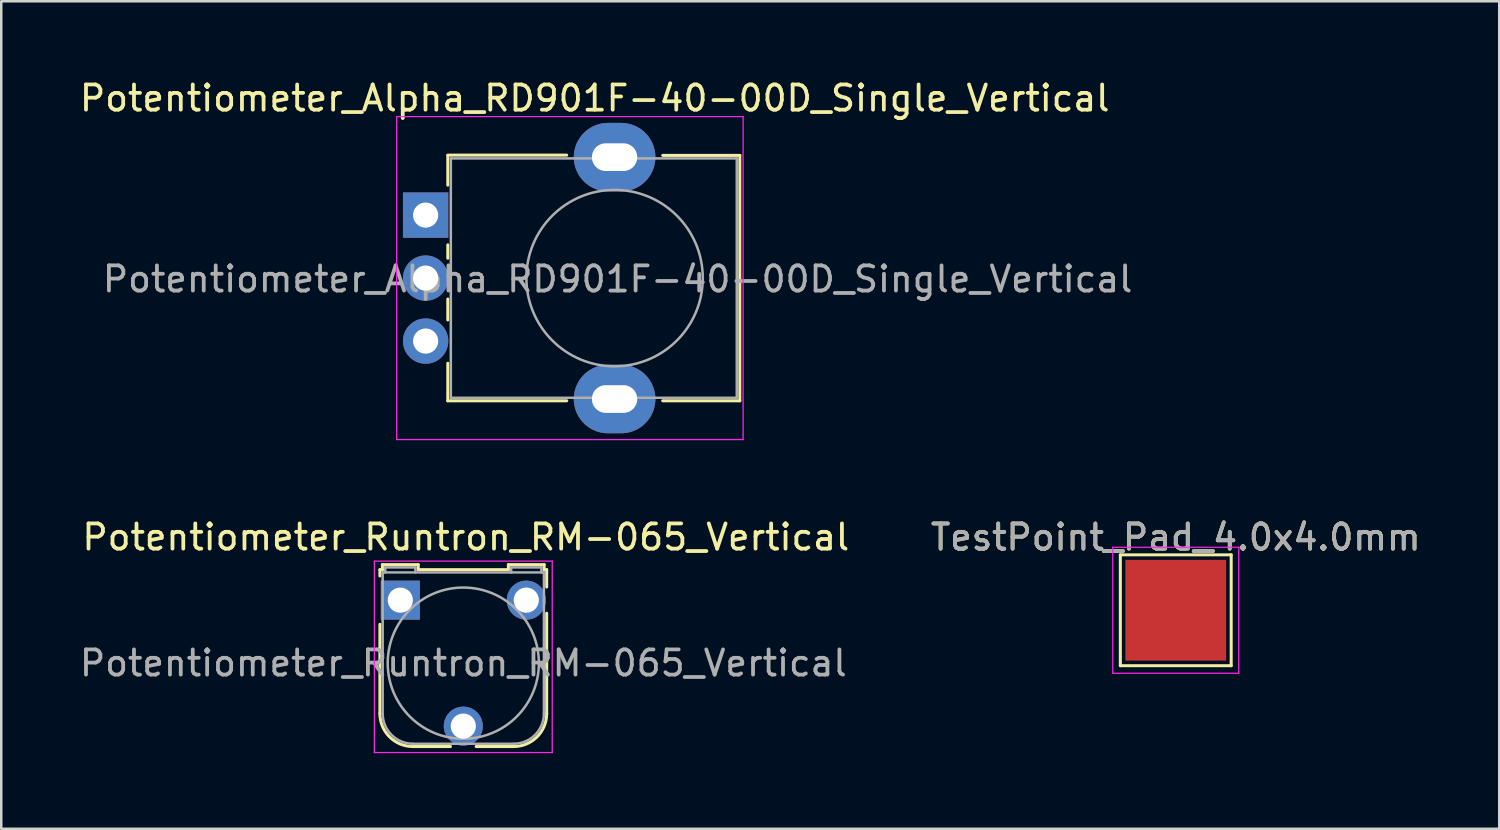
<source format=kicad_pcb>
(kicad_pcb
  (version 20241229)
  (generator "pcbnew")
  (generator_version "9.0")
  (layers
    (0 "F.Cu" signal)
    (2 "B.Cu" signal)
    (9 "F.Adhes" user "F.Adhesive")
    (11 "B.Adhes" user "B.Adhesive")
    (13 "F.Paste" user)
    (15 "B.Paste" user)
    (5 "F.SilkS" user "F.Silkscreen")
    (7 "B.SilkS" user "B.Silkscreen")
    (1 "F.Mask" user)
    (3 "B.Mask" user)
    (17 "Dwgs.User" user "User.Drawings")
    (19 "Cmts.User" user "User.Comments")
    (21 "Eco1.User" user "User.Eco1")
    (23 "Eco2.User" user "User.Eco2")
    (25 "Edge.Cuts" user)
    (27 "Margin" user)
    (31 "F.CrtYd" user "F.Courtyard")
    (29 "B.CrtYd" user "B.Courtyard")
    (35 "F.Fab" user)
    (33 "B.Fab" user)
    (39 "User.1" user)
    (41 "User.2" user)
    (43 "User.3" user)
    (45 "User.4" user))
  (footprint "Potentiometer_Alpha_RD901F-40-00D_Single_Vertical"
    (layer "F.Cu")
    (at 13.844 5.488)
    (property "Reference" "Potentiometer_Alpha_RD901F-40-00D_Single_Vertical" (at 6.71 -4.64 180) (layer "F.SilkS") (effects (font (size 1 1) (thickness 0.15))))
    (attr through_hole)
    (fp_line (start 0.88 -2.38) (end 5.6 -2.38) (stroke (width 0.12) (type solid)) (layer "F.SilkS"))
    (fp_line (start 0.88 -1.19) (end 0.88 -2.37) (stroke (width 0.12) (type solid)) (layer "F.SilkS"))
    (fp_line (start 0.88 1.71) (end 0.88 1.18) (stroke (width 0.12) (type solid)) (layer "F.SilkS"))
    (fp_line (start 0.88 4.16) (end 0.88 3.33) (stroke (width 0.12) (type solid)) (layer "F.SilkS"))
    (fp_line (start 0.88 7.37) (end 0.88 5.88) (stroke (width 0.12) (type solid)) (layer "F.SilkS"))
    (fp_line (start 0.88 7.37) (end 5.6 7.37) (stroke (width 0.12) (type solid)) (layer "F.SilkS"))
    (fp_line (start 9.41 -2.37) (end 12.47 -2.37) (stroke (width 0.12) (type solid)) (layer "F.SilkS"))
    (fp_line (start 9.41 7.37) (end 12.47 7.37) (stroke (width 0.12) (type solid)) (layer "F.SilkS"))
    (fp_line (start 12.47 7.37) (end 12.47 -2.37) (stroke (width 0.12) (type solid)) (layer "F.SilkS"))
    (fp_line (start -1.15 -3.91) (end -1.15 8.91) (stroke (width 0.05) (type solid)) (layer "F.CrtYd"))
    (fp_line (start -1.15 8.91) (end 12.6 8.91) (stroke (width 0.05) (type solid)) (layer "F.CrtYd"))
    (fp_line (start 12.6 -3.91) (end -1.15 -3.91) (stroke (width 0.05) (type solid)) (layer "F.CrtYd"))
    (fp_line (start 12.6 8.91) (end 12.6 -3.91) (stroke (width 0.05) (type solid)) (layer "F.CrtYd"))
    (fp_line (start 1 -2.25) (end 12.35 -2.25) (stroke (width 0.1) (type solid)) (layer "F.Fab"))
    (fp_line (start 1 7.25) (end 1 -2.25) (stroke (width 0.1) (type solid)) (layer "F.Fab"))
    (fp_line (start 1 7.25) (end 12.35 7.25) (stroke (width 0.1) (type solid)) (layer "F.Fab"))
    (fp_line (start 12.35 7.25) (end 12.35 -2.25) (stroke (width 0.1) (type solid)) (layer "F.Fab"))
    (fp_circle (center 7.5 2.5) (end 7.5 -1) (stroke (width 0.1) (type solid)) (fill no) (layer "F.Fab"))
    (fp_text user "${REFERENCE}" (at 7.62 2.54 0) (layer "F.Fab") (effects (font (size 1 1) (thickness 0.15))))
    (pad "" thru_hole oval (at 7.5 -2.3 90) (size 2.72 3.24) (drill oval 1.1 1.8) (layers "*.Cu" "*.Mask"))
    (pad "" thru_hole oval (at 7.5 7.3 90) (size 2.72 3.24) (drill oval 1.1 1.8) (layers "*.Cu" "*.Mask"))
    (pad "1" thru_hole rect (at 0 0 90) (size 1.8 1.8) (drill 1) (layers "*.Cu" "*.Mask"))
    (pad "2" thru_hole circle (at 0 2.5 90) (size 1.8 1.8) (drill 1) (layers "*.Cu" "*.Mask"))
    (pad "3" thru_hole circle (at 0 5 90) (size 1.8 1.8) (drill 1) (layers "*.Cu" "*.Mask")))
  (footprint "TestPoint_Pad_4.0x4.0mm"
    (layer "F.Cu")
    (at 43.618 21.172)
    (property "Reference" "TestPoint_Pad_4.0x4.0mm" (at 0 -2.898 0) (layer "F.SilkS") (effects (font (size 1 1) (thickness 0.15))))
    (attr exclude_from_pos_files exclude_from_bom)
    (fp_line (start -2.2 -2.2) (end 2.2 -2.2) (stroke (width 0.12) (type solid)) (layer "F.SilkS"))
    (fp_line (start -2.2 2.2) (end -2.2 -2.2) (stroke (width 0.12) (type solid)) (layer "F.SilkS"))
    (fp_line (start 2.2 -2.2) (end 2.2 2.2) (stroke (width 0.12) (type solid)) (layer "F.SilkS"))
    (fp_line (start 2.2 2.2) (end -2.2 2.2) (stroke (width 0.12) (type solid)) (layer "F.SilkS"))
    (fp_line (start -2.5 -2.5) (end -2.5 2.5) (stroke (width 0.05) (type solid)) (layer "F.CrtYd"))
    (fp_line (start -2.5 -2.5) (end 2.5 -2.5) (stroke (width 0.05) (type solid)) (layer "F.CrtYd"))
    (fp_line (start 2.5 2.5) (end -2.5 2.5) (stroke (width 0.05) (type solid)) (layer "F.CrtYd"))
    (fp_line (start 2.5 2.5) (end 2.5 -2.5) (stroke (width 0.05) (type solid)) (layer "F.CrtYd"))
    (fp_text user "${REFERENCE}" (at 0 -2.9 0) (layer "F.Fab") (effects (font (size 1 1) (thickness 0.15))))
    (pad "1" smd rect (at 0 0) (size 4 4) (layers "F.Cu" "F.Mask")))
  (footprint "Potentiometer_Runtron_RM-065_Vertical"
    (layer "F.Cu")
    (at 12.839 20.771)
    (property "Reference" "Potentiometer_Runtron_RM-065_Vertical" (at 2.6 -2.5 0) (layer "F.SilkS") (effects (font (size 1 1) (thickness 0.15))))
    (attr through_hole)
    (fp_line (start -0.81 -1.21) (end -0.81 -0.96) (stroke (width 0.12) (type solid)) (layer "F.SilkS"))
    (fp_line (start -0.81 4.5) (end -0.81 0.96) (stroke (width 0.12) (type solid)) (layer "F.SilkS"))
    (fp_line (start -0.71 -1.41) (end -0.71 -1.21) (stroke (width 0.12) (type solid)) (layer "F.SilkS"))
    (fp_line (start -0.71 -1.41) (end 0.71 -1.41) (stroke (width 0.12) (type solid)) (layer "F.SilkS"))
    (fp_line (start -0.71 -1.21) (end -0.81 -1.21) (stroke (width 0.12) (type solid)) (layer "F.SilkS"))
    (fp_line (start 0.71 -1.21) (end 0.71 -1.41) (stroke (width 0.12) (type solid)) (layer "F.SilkS"))
    (fp_line (start 0.71 -1.21) (end 4.29 -1.21) (stroke (width 0.12) (type solid)) (layer "F.SilkS"))
    (fp_line (start 1.99 5.81) (end 0.5 5.81) (stroke (width 0.12) (type solid)) (layer "F.SilkS"))
    (fp_line (start 4.29 -1.41) (end 5.71 -1.41) (stroke (width 0.12) (type solid)) (layer "F.SilkS"))
    (fp_line (start 4.29 -1.21) (end 4.29 -1.41) (stroke (width 0.12) (type solid)) (layer "F.SilkS"))
    (fp_line (start 4.5 5.81) (end 3.01 5.81) (stroke (width 0.12) (type solid)) (layer "F.SilkS"))
    (fp_line (start 5.71 -1.41) (end 5.71 -1.21) (stroke (width 0.12) (type solid)) (layer "F.SilkS"))
    (fp_line (start 5.71 -1.21) (end 5.81 -1.21) (stroke (width 0.12) (type solid)) (layer "F.SilkS"))
    (fp_line (start 5.81 -1.21) (end 5.81 -0.52) (stroke (width 0.12) (type solid)) (layer "F.SilkS"))
    (fp_line (start 5.81 0.52) (end 5.81 4.5) (stroke (width 0.12) (type solid)) (layer "F.SilkS"))
    (fp_arc (start 0.5 5.81) (mid -0.42631 5.42631) (end -0.81 4.5) (stroke (width 0.12) (type solid)) (layer "F.SilkS"))
    (fp_arc (start 5.81 4.5) (mid 5.42631 5.42631) (end 4.5 5.81) (stroke (width 0.12) (type solid)) (layer "F.SilkS"))
    (fp_line (start -1.03 -1.55) (end -1.03 6.05) (stroke (width 0.05) (type solid)) (layer "F.CrtYd"))
    (fp_line (start -1.03 -1.55) (end 6.03 -1.55) (stroke (width 0.05) (type solid)) (layer "F.CrtYd"))
    (fp_line (start 6.03 6.05) (end -1.03 6.05) (stroke (width 0.05) (type solid)) (layer "F.CrtYd"))
    (fp_line (start 6.03 6.05) (end 6.03 -1.55) (stroke (width 0.05) (type solid)) (layer "F.CrtYd"))
    (fp_line (start -0.7 4.5) (end -0.7 -1.1) (stroke (width 0.1) (type solid)) (layer "F.Fab"))
    (fp_line (start -0.6 -1.3) (end 0.6 -1.3) (stroke (width 0.1) (type solid)) (layer "F.Fab"))
    (fp_line (start -0.6 -1.1) (end -0.6 -1.3) (stroke (width 0.1) (type solid)) (layer "F.Fab"))
    (fp_line (start 0.5 5.7) (end 4.5 5.7) (stroke (width 0.1) (type solid)) (layer "F.Fab"))
    (fp_line (start 0.6 -1.3) (end 0.6 -1.1) (stroke (width 0.1) (type solid)) (layer "F.Fab"))
    (fp_line (start 4.4 -1.3) (end 4.4 -1.1) (stroke (width 0.1) (type solid)) (layer "F.Fab"))
    (fp_line (start 5.6 -1.3) (end 4.41 -1.3) (stroke (width 0.1) (type solid)) (layer "F.Fab"))
    (fp_line (start 5.6 -1.1) (end 5.6 -1.3) (stroke (width 0.1) (type solid)) (layer "F.Fab"))
    (fp_line (start 5.7 -1.1) (end -0.7 -1.1) (stroke (width 0.1) (type solid)) (layer "F.Fab"))
    (fp_line (start 5.7 4.5) (end 5.7 -1.1) (stroke (width 0.1) (type solid)) (layer "F.Fab"))
    (fp_arc (start 0.5 5.7) (mid -0.348528 5.348528) (end -0.7 4.5) (stroke (width 0.1) (type solid)) (layer "F.Fab"))
    (fp_arc (start 5.7 4.5) (mid 5.348528 5.348528) (end 4.5 5.7) (stroke (width 0.1) (type solid)) (layer "F.Fab"))
    (fp_circle (center 2.5 2.5) (end 5.5 2.5) (stroke (width 0.1) (type solid)) (fill no) (layer "F.Fab"))
    (fp_text user "${REFERENCE}" (at 2.5 2.5 0) (layer "F.Fab") (effects (font (size 1 1) (thickness 0.15))))
    (pad "1" thru_hole rect (at 0 0) (size 1.55 1.55) (drill 1) (layers "*.Cu" "*.Mask"))
    (pad "2" thru_hole circle (at 2.5 5) (size 1.55 1.55) (drill 1) (layers "*.Cu" "*.Mask"))
    (pad "3" thru_hole circle (at 5 0) (size 1.55 1.55) (drill 1) (layers "*.Cu" "*.Mask")))
  (gr_rect
    (start -3 -3)
    (end 56.457 29.846)
    (stroke (width 0.1) (type default))
    (fill no)
    (layer "Edge.Cuts")))
</source>
